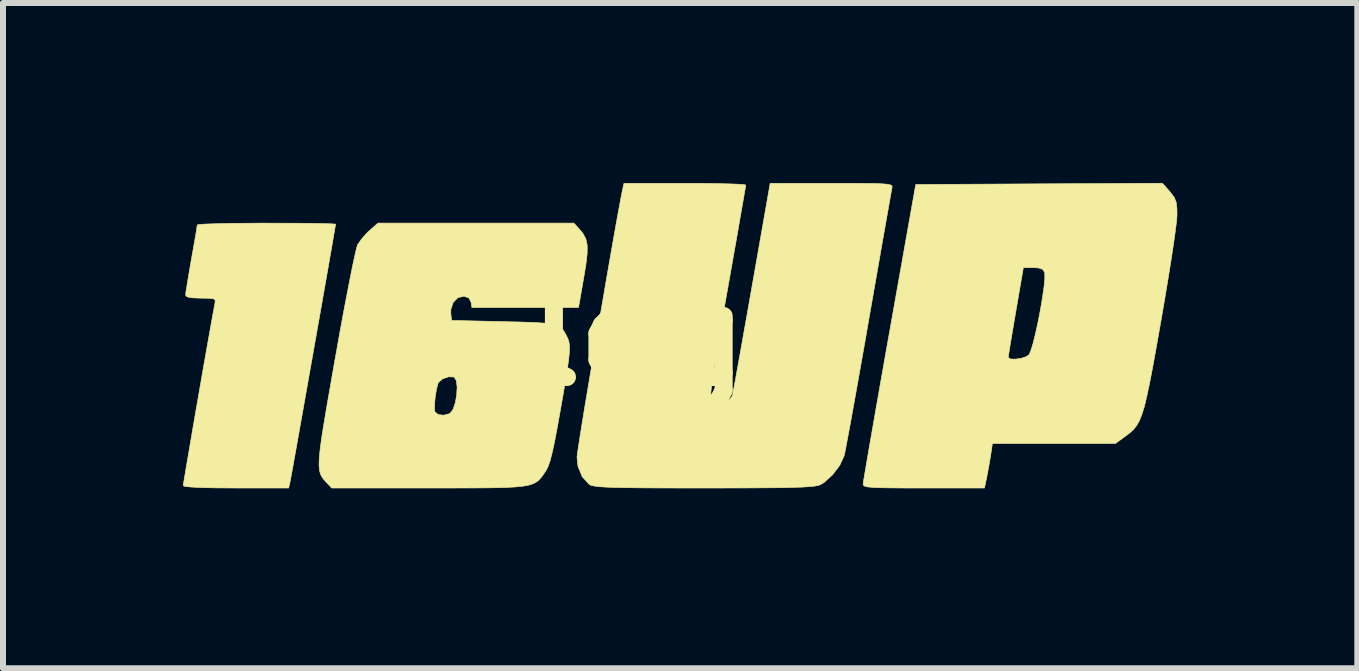
<source format=kicad_pcb>
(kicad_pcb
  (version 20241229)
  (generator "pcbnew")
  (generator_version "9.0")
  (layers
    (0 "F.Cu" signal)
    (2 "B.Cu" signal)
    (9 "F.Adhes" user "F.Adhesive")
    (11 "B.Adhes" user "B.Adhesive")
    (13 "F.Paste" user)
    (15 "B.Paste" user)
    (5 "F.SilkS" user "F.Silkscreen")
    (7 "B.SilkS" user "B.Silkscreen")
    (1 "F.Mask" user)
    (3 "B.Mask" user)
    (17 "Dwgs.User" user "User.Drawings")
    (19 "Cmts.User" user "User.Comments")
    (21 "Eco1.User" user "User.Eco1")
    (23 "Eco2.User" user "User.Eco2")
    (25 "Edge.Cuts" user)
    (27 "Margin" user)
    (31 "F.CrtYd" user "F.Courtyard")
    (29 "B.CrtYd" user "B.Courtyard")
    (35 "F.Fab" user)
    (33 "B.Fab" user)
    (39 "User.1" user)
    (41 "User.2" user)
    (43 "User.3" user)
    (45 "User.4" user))
  (footprint "logo"
    (layer "F.Cu")
    (at 8.289 2.546)
    (property "Reference" "logo" (at 0 0 0) (layer "F.SilkS") (effects (font (size 1.524 1.524) (thickness 0.3))))
    (attr through_hole)
    (fp_poly (pts (xy -6.606 -1.875) (xy -6.342 -1.874) (xy -6.114 -1.871) (xy -5.933 -1.868) (xy -5.808 -1.864) (xy -5.748 -1.86) (xy -5.744 -1.858) (xy -5.751 -1.816) (xy -5.77 -1.705) (xy -5.799 -1.534) (xy -5.838 -1.312) (xy -5.884 -1.047) (xy -5.937 -0.747) (xy -5.994 -0.421) (xy -6.055 -0.078) (xy -6.117 0.275) (xy -6.18 0.628) (xy -6.241 0.973) (xy -6.299 1.301) (xy -6.353 1.605) (xy -6.401 1.875) (xy -6.442 2.103) (xy -6.474 2.281) (xy -6.496 2.4) (xy -6.506 2.452) (xy -6.506 2.452) (xy -6.527 2.54) (xy -7.406 2.54) (xy -7.725 2.538) (xy -7.974 2.533) (xy -8.152 2.524) (xy -8.256 2.513) (xy -8.284 2.5) (xy -8.278 2.455) (xy -8.259 2.342) (xy -8.231 2.173) (xy -8.194 1.958) (xy -8.151 1.707) (xy -8.104 1.43) (xy -8.053 1.137) (xy -8.001 0.839) (xy -7.95 0.545) (xy -7.901 0.267) (xy -7.856 0.014) (xy -7.817 -0.204) (xy -7.786 -0.376) (xy -7.765 -0.492) (xy -7.756 -0.537) (xy -7.75 -0.584) (xy -7.77 -0.611) (xy -7.831 -0.622) (xy -7.951 -0.625) (xy -7.99 -0.625) (xy -8.14 -0.631) (xy -8.222 -0.648) (xy -8.245 -0.676) (xy -8.239 -0.731) (xy -8.22 -0.848) (xy -8.193 -1.011) (xy -8.16 -1.204) (xy -8.148 -1.272) (xy -8.113 -1.47) (xy -8.083 -1.64) (xy -8.062 -1.767) (xy -8.051 -1.838) (xy -8.05 -1.846) (xy -8.012 -1.854) (xy -7.906 -1.861) (xy -7.742 -1.866) (xy -7.527 -1.871) (xy -7.274 -1.874) (xy -6.99 -1.876) (xy -6.897 -1.876) (xy -6.606 -1.875)) (stroke (width 0.01) (type solid)) (fill yes) (layer "F.SilkS"))
    (fp_poly (pts (xy 8.163 -2.402) (xy 8.231 -2.315) (xy 8.268 -2.233) (xy 8.282 -2.126) (xy 8.284 -2.017) (xy 8.278 -1.924) (xy 8.258 -1.763) (xy 8.228 -1.546) (xy 8.188 -1.282) (xy 8.14 -0.982) (xy 8.086 -0.654) (xy 8.027 -0.31) (xy 8.015 -0.242) (xy 7.943 0.166) (xy 7.882 0.504) (xy 7.829 0.78) (xy 7.782 1.003) (xy 7.74 1.178) (xy 7.698 1.314) (xy 7.656 1.419) (xy 7.611 1.499) (xy 7.56 1.563) (xy 7.501 1.617) (xy 7.431 1.671) (xy 7.413 1.684) (xy 7.257 1.798) (xy 5.206 1.798) (xy 5.179 1.983) (xy 5.152 2.145) (xy 5.12 2.316) (xy 5.113 2.354) (xy 5.074 2.54) (xy 4.061 2.54) (xy 3.753 2.54) (xy 3.514 2.538) (xy 3.336 2.535) (xy 3.21 2.53) (xy 3.128 2.522) (xy 3.079 2.511) (xy 3.057 2.495) (xy 3.051 2.475) (xy 3.051 2.472) (xy 3.058 2.422) (xy 3.078 2.302) (xy 3.109 2.119) (xy 3.15 1.879) (xy 3.201 1.588) (xy 3.259 1.254) (xy 3.324 0.883) (xy 3.395 0.482) (xy 3.416 0.361) (xy 5.47 0.361) (xy 5.503 0.388) (xy 5.583 0.392) (xy 5.681 0.379) (xy 5.77 0.35) (xy 5.813 0.322) (xy 5.844 0.259) (xy 5.882 0.136) (xy 5.924 -0.032) (xy 5.967 -0.227) (xy 6.007 -0.434) (xy 6.041 -0.636) (xy 6.067 -0.817) (xy 6.08 -0.958) (xy 6.079 -1.046) (xy 6.077 -1.054) (xy 6.043 -1.107) (xy 5.97 -1.13) (xy 5.887 -1.133) (xy 5.722 -1.133) (xy 5.596 -0.401) (xy 5.557 -0.17) (xy 5.522 0.034) (xy 5.495 0.198) (xy 5.477 0.312) (xy 5.47 0.361) (xy 5.47 0.361) (xy 3.416 0.361) (xy 3.47 0.057) (xy 3.491 -0.059) (xy 3.928 -2.52) (xy 5.985 -2.531) (xy 8.041 -2.541) (xy 8.163 -2.402)) (stroke (width 0.01) (type solid)) (fill yes) (layer "F.SilkS"))
    (fp_poly (pts (xy -1.69 -1.788) (xy -1.618 -1.701) (xy -1.572 -1.612) (xy -1.549 -1.507) (xy -1.55 -1.369) (xy -1.571 -1.184) (xy -1.607 -0.968) (xy -1.694 -0.469) (xy -3.472 -0.469) (xy -3.485 -0.557) (xy -3.523 -0.63) (xy -3.602 -0.657) (xy -3.705 -0.634) (xy -3.784 -0.554) (xy -3.823 -0.435) (xy -3.823 -0.364) (xy -3.81 -0.254) (xy -2.946 -0.234) (xy -2.651 -0.227) (xy -2.424 -0.219) (xy -2.254 -0.208) (xy -2.132 -0.192) (xy -2.046 -0.167) (xy -1.987 -0.132) (xy -1.944 -0.085) (xy -1.907 -0.023) (xy -1.893 0.005) (xy -1.868 0.057) (xy -1.852 0.113) (xy -1.844 0.181) (xy -1.846 0.272) (xy -1.858 0.395) (xy -1.881 0.56) (xy -1.916 0.777) (xy -1.964 1.057) (xy -1.995 1.231) (xy -2.049 1.534) (xy -2.094 1.771) (xy -2.133 1.95) (xy -2.167 2.082) (xy -2.2 2.177) (xy -2.233 2.245) (xy -2.248 2.267) (xy -2.292 2.332) (xy -2.334 2.385) (xy -2.38 2.429) (xy -2.438 2.463) (xy -2.515 2.49) (xy -2.619 2.509) (xy -2.756 2.523) (xy -2.935 2.532) (xy -3.163 2.537) (xy -3.447 2.539) (xy -3.795 2.54) (xy -4.19 2.54) (xy -5.809 2.54) (xy -5.893 2.45) (xy -5.936 2.404) (xy -5.97 2.359) (xy -5.996 2.308) (xy -6.013 2.244) (xy -6.02 2.16) (xy -6.017 2.05) (xy -6.003 1.905) (xy -5.979 1.72) (xy -5.942 1.487) (xy -5.894 1.2) (xy -5.885 1.148) (xy -4.095 1.148) (xy -4.094 1.245) (xy -4.089 1.27) (xy -4.035 1.315) (xy -3.944 1.327) (xy -3.849 1.302) (xy -3.836 1.295) (xy -3.786 1.229) (xy -3.748 1.118) (xy -3.725 0.986) (xy -3.718 0.854) (xy -3.732 0.748) (xy -3.767 0.691) (xy -3.771 0.689) (xy -3.862 0.686) (xy -3.961 0.721) (xy -4.03 0.781) (xy -4.036 0.793) (xy -4.062 0.891) (xy -4.083 1.02) (xy -4.095 1.148) (xy -5.885 1.148) (xy -5.833 0.85) (xy -5.76 0.431) (xy -5.747 0.361) (xy -5.682 -0.004) (xy -5.619 -0.349) (xy -5.559 -0.664) (xy -5.505 -0.943) (xy -5.458 -1.176) (xy -5.419 -1.355) (xy -5.391 -1.473) (xy -5.377 -1.516) (xy -5.31 -1.613) (xy -5.214 -1.72) (xy -5.178 -1.753) (xy -5.038 -1.876) (xy -1.772 -1.876) (xy -1.69 -1.788)) (stroke (width 0.01) (type solid)) (fill yes) (layer "F.SilkS"))
    (fp_poly (pts (xy 0.351 -2.539) (xy 0.596 -2.536) (xy 0.803 -2.531) (xy 0.962 -2.525) (xy 1.062 -2.518) (xy 1.094 -2.511) (xy 1.087 -2.467) (xy 1.068 -2.355) (xy 1.038 -2.181) (xy 0.998 -1.954) (xy 0.951 -1.681) (xy 0.896 -1.371) (xy 0.836 -1.03) (xy 0.785 -0.743) (xy 0.701 -0.266) (xy 0.632 0.139) (xy 0.578 0.472) (xy 0.539 0.732) (xy 0.515 0.917) (xy 0.507 1.027) (xy 0.51 1.059) (xy 0.574 1.129) (xy 0.61 1.149) (xy 0.696 1.146) (xy 0.79 1.096) (xy 0.86 1.02) (xy 0.874 0.988) (xy 0.884 0.936) (xy 0.907 0.815) (xy 0.94 0.633) (xy 0.982 0.399) (xy 1.032 0.12) (xy 1.088 -0.195) (xy 1.149 -0.538) (xy 1.197 -0.811) (xy 1.501 -2.54) (xy 2.525 -2.54) (xy 2.834 -2.54) (xy 3.074 -2.538) (xy 3.253 -2.536) (xy 3.38 -2.531) (xy 3.463 -2.523) (xy 3.51 -2.512) (xy 3.531 -2.497) (xy 3.534 -2.477) (xy 3.533 -2.472) (xy 3.524 -2.421) (xy 3.502 -2.301) (xy 3.47 -2.118) (xy 3.428 -1.88) (xy 3.377 -1.594) (xy 3.32 -1.267) (xy 3.257 -0.907) (xy 3.189 -0.52) (xy 3.146 -0.274) (xy 3.076 0.129) (xy 3.008 0.512) (xy 2.945 0.868) (xy 2.887 1.189) (xy 2.837 1.468) (xy 2.794 1.697) (xy 2.762 1.868) (xy 2.741 1.975) (xy 2.734 2.003) (xy 2.66 2.163) (xy 2.54 2.321) (xy 2.399 2.448) (xy 2.341 2.483) (xy 2.303 2.497) (xy 2.244 2.508) (xy 2.156 2.517) (xy 2.033 2.525) (xy 1.869 2.53) (xy 1.656 2.535) (xy 1.389 2.537) (xy 1.06 2.539) (xy 0.663 2.54) (xy 0.401 2.54) (xy -0.031 2.54) (xy -0.392 2.539) (xy -0.688 2.537) (xy -0.926 2.534) (xy -1.112 2.53) (xy -1.255 2.524) (xy -1.359 2.517) (xy -1.432 2.507) (xy -1.481 2.496) (xy -1.511 2.482) (xy -1.516 2.479) (xy -1.632 2.352) (xy -1.703 2.178) (xy -1.719 2.029) (xy -1.713 1.97) (xy -1.694 1.842) (xy -1.665 1.655) (xy -1.627 1.417) (xy -1.581 1.136) (xy -1.528 0.821) (xy -1.471 0.48) (xy -1.411 0.123) (xy -1.349 -0.242) (xy -1.286 -0.607) (xy -1.225 -0.963) (xy -1.166 -1.302) (xy -1.111 -1.614) (xy -1.062 -1.891) (xy -1.019 -2.126) (xy -0.985 -2.308) (xy -0.961 -2.429) (xy -0.956 -2.452) (xy -0.936 -2.54) (xy 0.079 -2.54) (xy 0.351 -2.539)) (stroke (width 0.01) (type solid)) (fill yes) (layer "F.SilkS")))
  (gr_rect
    (start -3 -3)
    (end 19.579 8.091)
    (stroke (width 0.1) (type default))
    (fill no)
    (layer "Edge.Cuts")))
</source>
